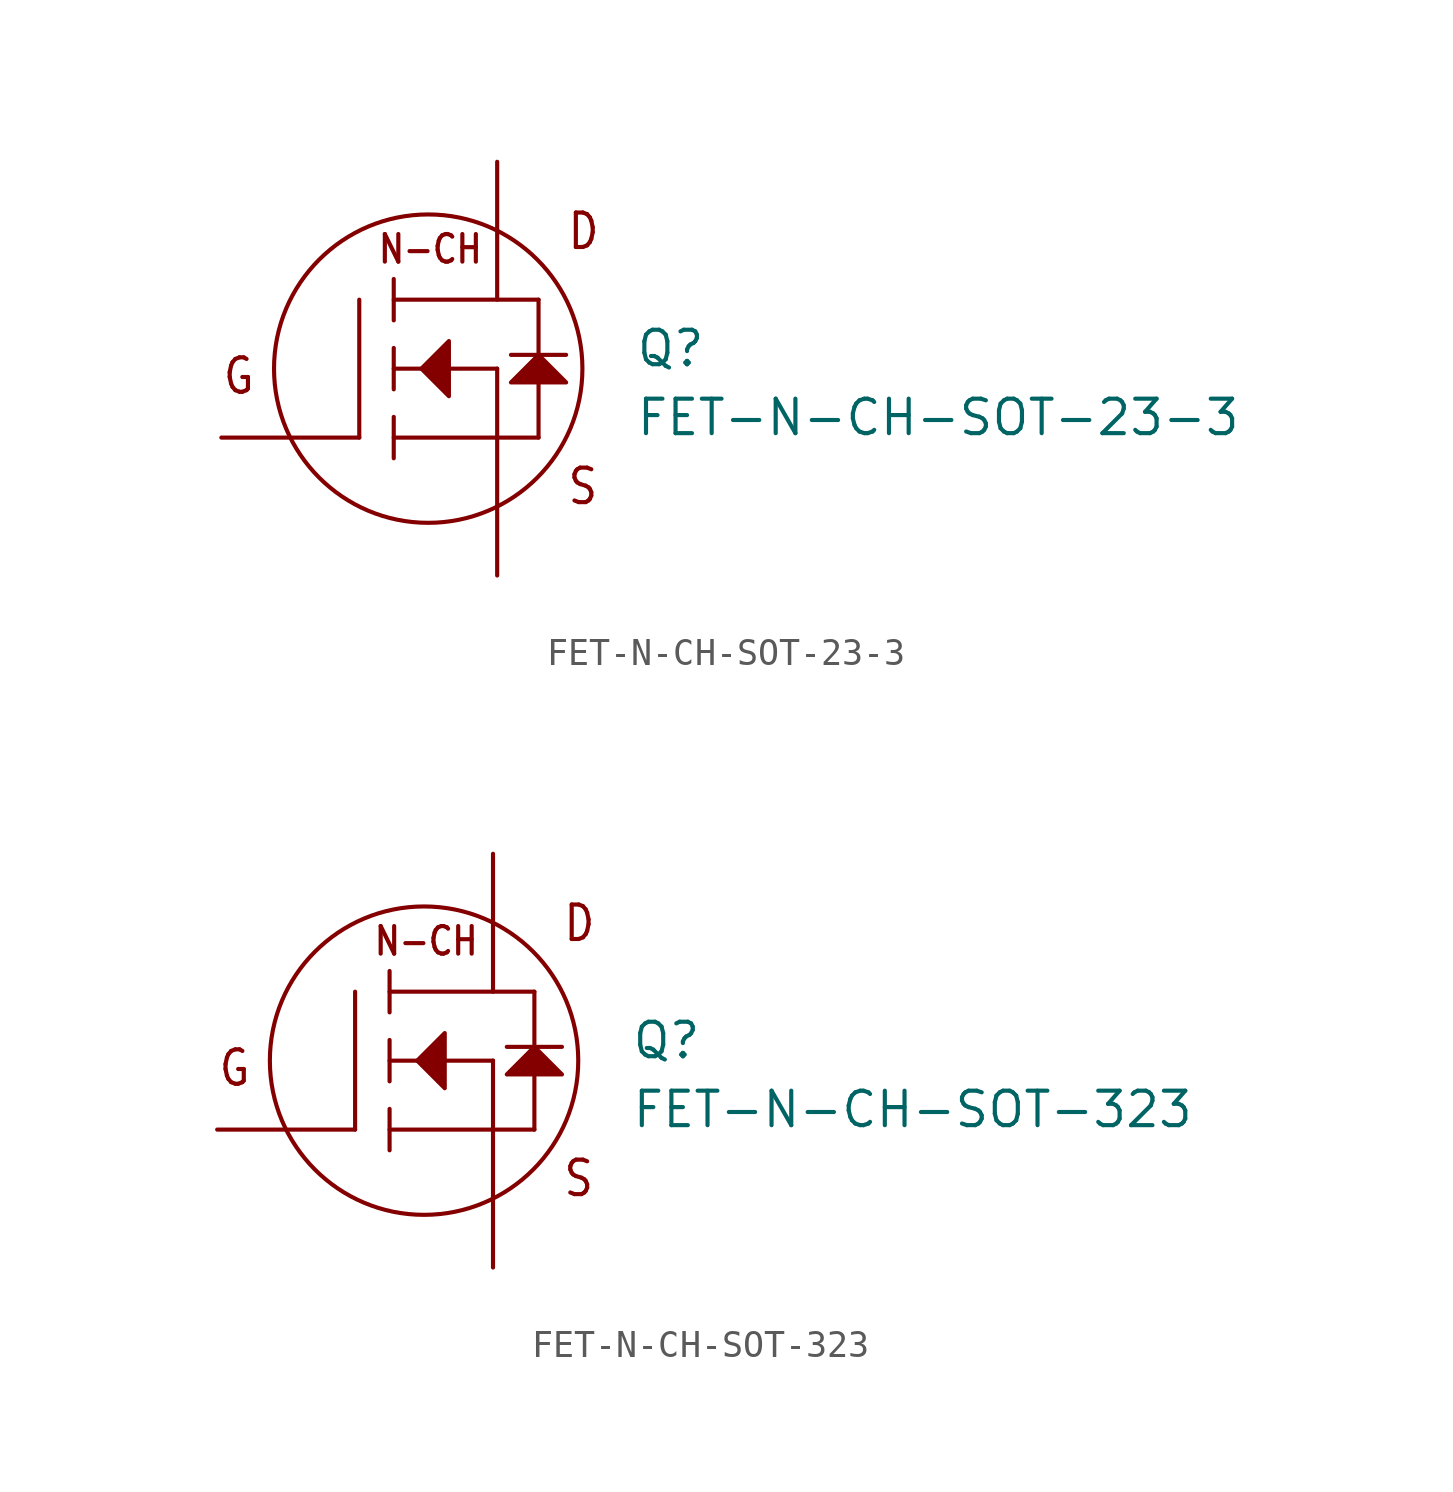
<source format=kicad_sym>
(kicad_symbol_lib
  (version 20211014)
  (generator kicad_symbol_editor)
  (symbol "FET-N-CH-SOT-23-3"
    (pin_numbers hide)
    (pin_names hide)
    (property "Reference" "Q"
      (at 7.62 0 0)
      (effects (font (size 1.27 1.27)) (justify left bottom)))
    (property "Value" "FET-N-CH-SOT-23-3"
      (at 7.62 -2.54 0)
      (effects (font (size 1.27 1.27)) (justify left bottom)))
    (property "Datasheet" ""
      (at 0 0 0))
    (property "ki_fp_filters" "FlashPCB_Transistors:SOT-23-3 FlashPCB_Transistors:SOT-23-3_NOSILK"
      (at 0 0 0))
    (symbol "FET-N-CH-SOT-23-3_1_1"
      (text "G" (at -7.62 -1.016 0) (effects (font (size 1.27 1.086)) (justify left bottom)))
      (text "D" (at 5.08 4.318 0) (effects (font (size 1.27 1.086)) (justify left bottom)))
      (text "S" (at 5.08 -5.08 0) (effects (font (size 1.27 1.086)) (justify left bottom)))
      (text "N-CH" (at -1.905 3.81 0) (effects (font (size 1.016 0.869)) (justify left bottom)))
      (polyline (pts (xy -0.254 0) (xy 0.762 1.016) (xy 0.762 -1.016) (xy -0.254 0)) (stroke (width 0.152) (type default)) (fill (type outline)))
      (polyline (pts (xy 3.048 -0.508) (xy 5.08 -0.508) (xy 4.064 0.508) (xy 3.048 -0.508)) (stroke (width 0.152) (type default)) (fill (type outline)))
      (polyline (pts (xy -2.54 -2.54) (xy -2.54 2.54)) (stroke (width 0.152)) (fill (type none)))
      (polyline (pts (xy 2.54 -2.54) (xy -1.27 -2.54)) (stroke (width 0.152)) (fill (type none)))
      (polyline (pts (xy 2.54 -2.54) (xy 2.54 0)) (stroke (width 0.152)) (fill (type none)))
      (polyline (pts (xy 2.54 0) (xy -1.27 0)) (stroke (width 0.152)) (fill (type none)))
      (polyline (pts (xy 4.064 2.54) (xy -1.27 2.54)) (stroke (width 0.152)) (fill (type none)))
      (polyline (pts (xy -1.27 3.302) (xy -1.27 1.778)) (stroke (width 0.152)) (fill (type none)))
      (polyline (pts (xy -1.27 0.762) (xy -1.27 -0.762)) (stroke (width 0.152)) (fill (type none)))
      (polyline (pts (xy -1.27 -1.778) (xy -1.27 -3.302)) (stroke (width 0.152)) (fill (type none)))
      (polyline (pts (xy 2.54 -2.54) (xy 4.064 -2.54)) (stroke (width 0.152)) (fill (type none)))
      (polyline (pts (xy 4.064 -2.54) (xy 4.064 2.54)) (stroke (width 0.152)) (fill (type none)))
      (polyline (pts (xy 3.048 0.508) (xy 5.08 0.508)) (stroke (width 0.152)) (fill (type none)))
      (circle (center 0 0) (radius 5.68) (stroke (width 0.152) (type default)) (fill (type none)))
      (pin bidirectional line (at -7.62 -2.54 0) (length 5.08) (name "GATE" (effects (font (size 0 0)))) (number "1" (effects (font (size 0 0)))))
      (pin bidirectional line (at 2.54 -7.62 90) (length 5.08) (name "SOURCE" (effects (font (size 0 0)))) (number "2" (effects (font (size 0 0)))))
      (pin bidirectional line (at 2.54 7.62 270) (length 5.08) (name "DRAIN" (effects (font (size 0 0)))) (number "3" (effects (font (size 0 0)))))))
  (symbol "FET-N-CH-SOT-323"
    (pin_numbers hide)
    (pin_names hide)
    (property "Reference" "Q"
      (at 7.62 0 0)
      (effects (font (size 1.27 1.27)) (justify left bottom)))
    (property "Value" "FET-N-CH-SOT-323"
      (at 7.62 -2.54 0)
      (effects (font (size 1.27 1.27)) (justify left bottom)))
    (property "Datasheet" ""
      (at 0 0 0))
    (property "ki_fp_filters" "FlashPCB_Transistors:SOT-323 FlashPCB_Transistors:SOT-323_NOSILK"
      (at 0 0 0))
    (symbol "FET-N-CH-SOT-323_1_1"
      (text "G" (at -7.62 -1.016 0) (effects (font (size 1.27 1.086)) (justify left bottom)))
      (text "D" (at 5.08 4.318 0) (effects (font (size 1.27 1.086)) (justify left bottom)))
      (text "S" (at 5.08 -5.08 0) (effects (font (size 1.27 1.086)) (justify left bottom)))
      (text "N-CH" (at -1.905 3.81 0) (effects (font (size 1.016 0.869)) (justify left bottom)))
      (polyline (pts (xy -0.254 0) (xy 0.762 1.016) (xy 0.762 -1.016) (xy -0.254 0)) (stroke (width 0.152) (type default)) (fill (type outline)))
      (polyline (pts (xy 3.048 -0.508) (xy 5.08 -0.508) (xy 4.064 0.508) (xy 3.048 -0.508)) (stroke (width 0.152) (type default)) (fill (type outline)))
      (polyline (pts (xy -2.54 -2.54) (xy -2.54 2.54)) (stroke (width 0.152)) (fill (type none)))
      (polyline (pts (xy 2.54 -2.54) (xy -1.27 -2.54)) (stroke (width 0.152)) (fill (type none)))
      (polyline (pts (xy 2.54 -2.54) (xy 2.54 0)) (stroke (width 0.152)) (fill (type none)))
      (polyline (pts (xy 2.54 0) (xy -1.27 0)) (stroke (width 0.152)) (fill (type none)))
      (polyline (pts (xy 4.064 2.54) (xy -1.27 2.54)) (stroke (width 0.152)) (fill (type none)))
      (polyline (pts (xy -1.27 3.302) (xy -1.27 1.778)) (stroke (width 0.152)) (fill (type none)))
      (polyline (pts (xy -1.27 0.762) (xy -1.27 -0.762)) (stroke (width 0.152)) (fill (type none)))
      (polyline (pts (xy -1.27 -1.778) (xy -1.27 -3.302)) (stroke (width 0.152)) (fill (type none)))
      (polyline (pts (xy 2.54 -2.54) (xy 4.064 -2.54)) (stroke (width 0.152)) (fill (type none)))
      (polyline (pts (xy 4.064 -2.54) (xy 4.064 2.54)) (stroke (width 0.152)) (fill (type none)))
      (polyline (pts (xy 3.048 0.508) (xy 5.08 0.508)) (stroke (width 0.152)) (fill (type none)))
      (circle (center 0 0) (radius 5.68) (stroke (width 0.152) (type default)) (fill (type none)))
      (pin bidirectional line (at -7.62 -2.54 0) (length 5.08) (name "GATE" (effects (font (size 0 0)))) (number "1" (effects (font (size 0 0)))))
      (pin bidirectional line (at 2.54 -7.62 90) (length 5.08) (name "SOURCE" (effects (font (size 0 0)))) (number "2" (effects (font (size 0 0)))))
      (pin bidirectional line (at 2.54 7.62 270) (length 5.08) (name "DRAIN" (effects (font (size 0 0)))) (number "3" (effects (font (size 0 0))))))))
</source>
